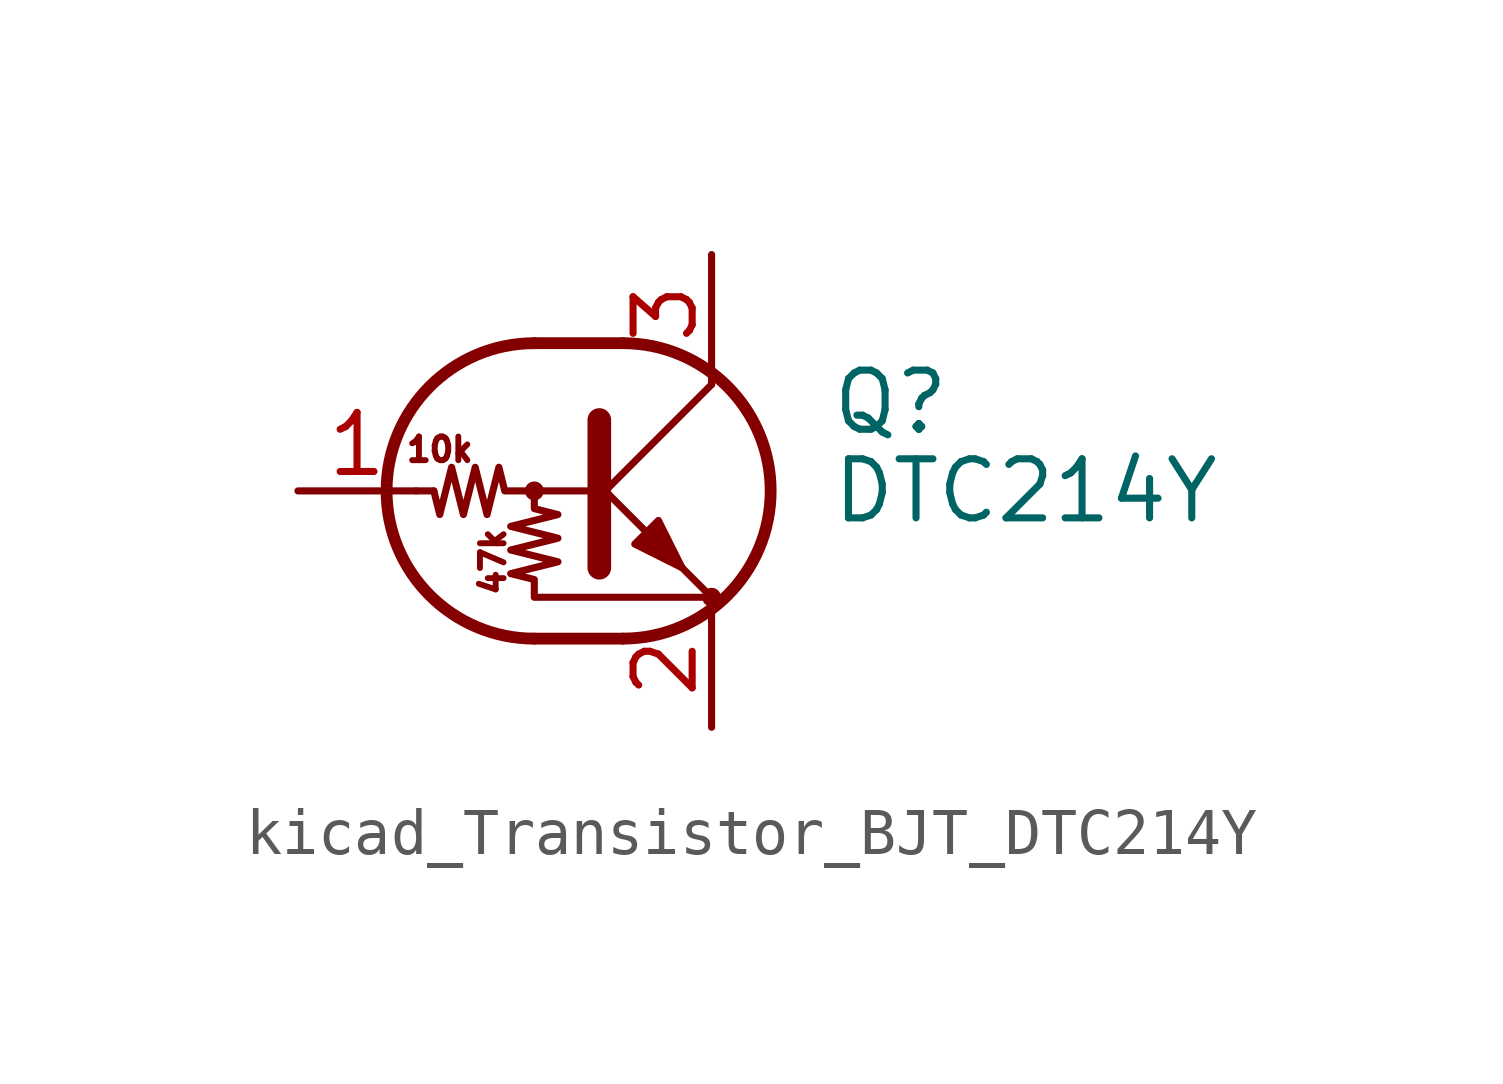
<source format=kicad_sym>
(kicad_symbol_lib
  (version 20220914)
  (generator kicad_symbol_editor)
  (symbol "kicad_Transistor_BJT_DTC214Y"
    (pin_names
      (offset 0) hide)
    (property "Reference" "Q"
      (at 5.08 1.905 0)
      (effects (font (size 1.27 1.27)) (justify left)))
    (property "Value" "DTC214Y"
      (at 5.08 0 0)
      (effects (font (size 1.27 1.27)) (justify left)))
    (symbol "kicad_Transistor_BJT_DTC214Y_0_0"
      (text "10k" (at -3.302 0.889 0) (effects (font (size 0.508 0.508))))
      (text "47k" (at -2.159 -1.524 900) (effects (font (size 0.508 0.508)))))
    (symbol "kicad_Transistor_BJT_DTC214Y_0_1"
      (circle (center -1.27 0) (radius 0.127) (stroke (width 0) (type default)) (fill (type none)))
      (arc (start -1.27 3.175) (mid -4.4312 0) (end -1.27 -3.175) (stroke (width 0.254) (type default)) (fill (type none)))
      (polyline (pts (xy -3.429 0) (xy -3.81 0)) (stroke (width 0) (type default)) (fill (type none)))
      (polyline (pts (xy -1.27 -3.175) (xy 0.635 -3.175)) (stroke (width 0.254) (type default)) (fill (type none)))
      (polyline (pts (xy -1.27 3.175) (xy 0.635 3.175)) (stroke (width 0.254) (type default)) (fill (type none)))
      (polyline (pts (xy 0 -0.254) (xy 2.54 2.286)) (stroke (width 0) (type default)) (fill (type none)))
      (polyline (pts (xy 0.127 1.524) (xy 0.127 -1.651)) (stroke (width 0.508) (type default)) (fill (type outline)))
      (polyline (pts (xy 2.54 2.286) (xy 2.54 2.54)) (stroke (width 0) (type default)) (fill (type none)))
      (polyline (pts (xy 2.54 -2.286) (xy 0 0.254) (xy 0 0.254)) (stroke (width 0) (type default)) (fill (type none)))
      (polyline (pts (xy 0.889 -1.143) (xy 1.397 -0.635) (xy 1.905 -1.651) (xy 0.889 -1.143)) (stroke (width 0) (type default)) (fill (type outline)))
      (polyline (pts (xy 0 0) (xy -1.905 0) (xy -2.032 0.508) (xy -2.286 -0.508) (xy -2.54 0.508) (xy -2.794 -0.508) (xy -3.048 0.508) (xy -3.302 -0.508) (xy -3.429 0)) (stroke (width 0) (type default)) (fill (type none)))
      (polyline (pts (xy -1.27 0) (xy -1.27 -0.381) (xy -0.762 -0.508) (xy -1.778 -0.762) (xy -0.762 -1.016) (xy -1.778 -1.27) (xy -0.762 -1.524) (xy -1.778 -1.778) (xy -1.27 -1.905) (xy -1.27 -2.286) (xy 2.54 -2.286)) (stroke (width 0) (type default)) (fill (type none)))
      (arc (start 0.635 -3.175) (mid 3.7962 0) (end 0.635 3.175) (stroke (width 0.254) (type default)) (fill (type none)))
      (circle (center 2.54 -2.286) (radius 0.127) (stroke (width 0) (type default)) (fill (type none))))
    (symbol "kicad_Transistor_BJT_DTC214Y_1_1"
      (pin input line (at -6.35 0 0) (length 2.54) (name "B" (effects (font (size 1.27 1.27)))) (number "1" (effects (font (size 1.27 1.27)))))
      (pin passive line (at 2.54 -5.08 90) (length 2.54) (name "E" (effects (font (size 1.27 1.27)))) (number "2" (effects (font (size 1.27 1.27)))))
      (pin passive line (at 2.54 5.08 270) (length 2.54) (name "C" (effects (font (size 1.27 1.27)))) (number "3" (effects (font (size 1.27 1.27))))))))
</source>
